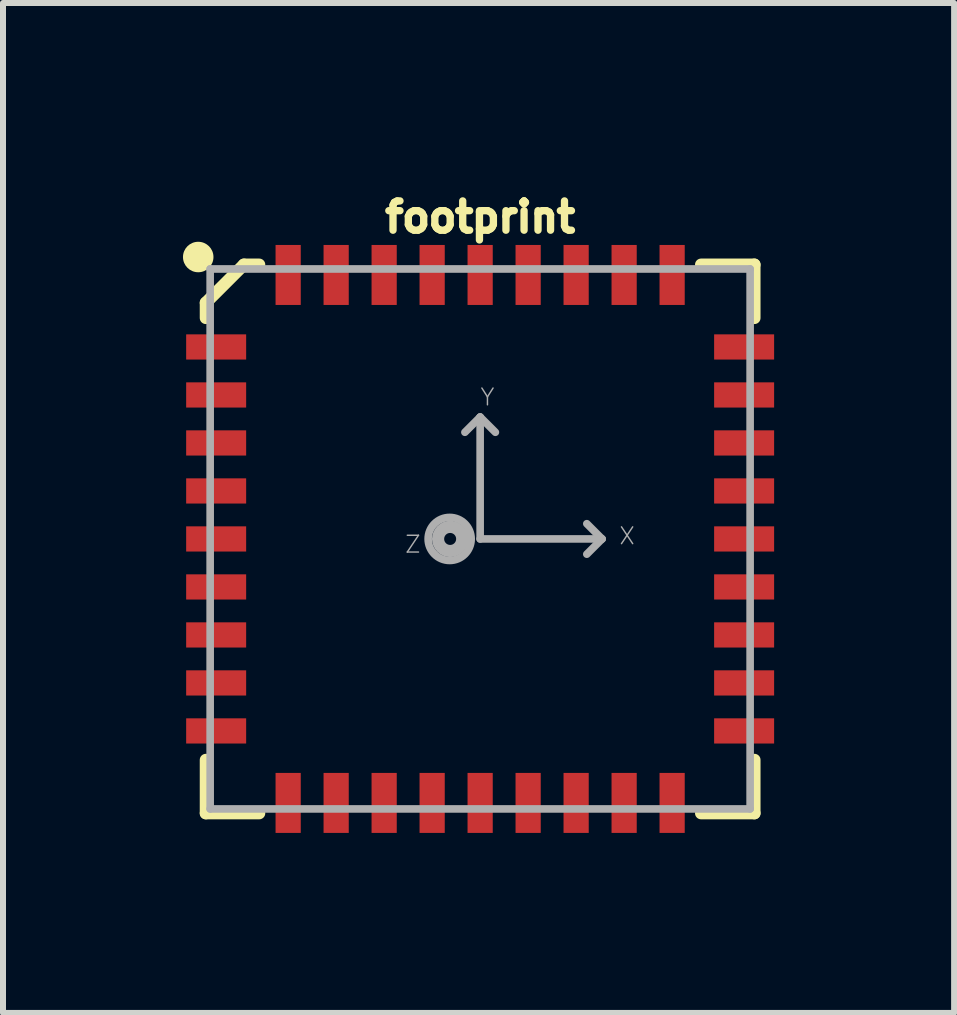
<source format=kicad_pcb>
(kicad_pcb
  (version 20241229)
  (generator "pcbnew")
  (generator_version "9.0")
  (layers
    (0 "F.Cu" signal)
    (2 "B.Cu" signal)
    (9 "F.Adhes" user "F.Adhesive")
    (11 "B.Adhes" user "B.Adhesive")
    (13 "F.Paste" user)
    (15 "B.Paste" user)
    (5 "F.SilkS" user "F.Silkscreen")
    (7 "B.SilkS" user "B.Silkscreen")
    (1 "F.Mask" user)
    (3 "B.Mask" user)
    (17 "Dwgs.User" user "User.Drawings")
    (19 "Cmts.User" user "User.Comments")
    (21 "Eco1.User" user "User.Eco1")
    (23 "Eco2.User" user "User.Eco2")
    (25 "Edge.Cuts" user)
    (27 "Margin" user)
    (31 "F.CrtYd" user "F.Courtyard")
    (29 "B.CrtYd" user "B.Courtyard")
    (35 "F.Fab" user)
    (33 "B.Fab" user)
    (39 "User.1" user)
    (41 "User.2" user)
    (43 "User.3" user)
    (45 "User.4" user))
  (footprint "footprint"
    (layer "F.Cu")
    (at 4.953 5.933)
    (property "Reference" "footprint" (at 0 -5.08 0) (layer "F.SilkS") (effects (font (size 0.488 0.488) (thickness 0.122)) (justify bottom)))
    (fp_line (start -4.572 -3.937) (end -3.937 -4.572) (stroke (width 0.203) (type solid)) (layer "F.SilkS"))
    (fp_line (start -4.572 -3.683) (end -4.572 -3.937) (stroke (width 0.203) (type solid)) (layer "F.SilkS"))
    (fp_line (start -4.572 3.683) (end -4.572 4.572) (stroke (width 0.203) (type solid)) (layer "F.SilkS"))
    (fp_line (start -4.572 4.572) (end -3.683 4.572) (stroke (width 0.203) (type solid)) (layer "F.SilkS"))
    (fp_line (start -3.937 -4.572) (end -3.683 -4.572) (stroke (width 0.203) (type solid)) (layer "F.SilkS"))
    (fp_line (start 3.683 -4.572) (end 4.572 -4.572) (stroke (width 0.203) (type solid)) (layer "F.SilkS"))
    (fp_line (start 4.572 -4.572) (end 4.572 -3.683) (stroke (width 0.203) (type solid)) (layer "F.SilkS"))
    (fp_line (start 4.572 3.683) (end 4.572 4.572) (stroke (width 0.203) (type solid)) (layer "F.SilkS"))
    (fp_line (start 4.572 4.572) (end 3.683 4.572) (stroke (width 0.203) (type solid)) (layer "F.SilkS"))
    (fp_circle (center -4.699 -4.699) (end -4.572 -4.699) (stroke (width 0.254) (type solid)) (fill yes) (layer "F.SilkS"))
    (fp_line (start -4.5 -4.5) (end -4.5 4.5) (stroke (width 0.127) (type solid)) (layer "F.Fab"))
    (fp_line (start -4.5 4.5) (end 4.5 4.5) (stroke (width 0.127) (type solid)) (layer "F.Fab"))
    (fp_line (start -0.254 -1.778) (end 0 -2.032) (stroke (width 0.127) (type solid)) (layer "F.Fab"))
    (fp_line (start 0 -2.032) (end 0.254 -1.778) (stroke (width 0.127) (type solid)) (layer "F.Fab"))
    (fp_line (start 0 0) (end 0 -2.032) (stroke (width 0.127) (type solid)) (layer "F.Fab"))
    (fp_line (start 0 0) (end 2.032 0) (stroke (width 0.127) (type solid)) (layer "F.Fab"))
    (fp_line (start 1.778 -0.254) (end 2.032 0) (stroke (width 0.127) (type solid)) (layer "F.Fab"))
    (fp_line (start 2.032 0) (end 1.778 0.254) (stroke (width 0.127) (type solid)) (layer "F.Fab"))
    (fp_line (start 4.5 -4.5) (end -4.5 -4.5) (stroke (width 0.127) (type solid)) (layer "F.Fab"))
    (fp_line (start 4.5 4.5) (end 4.5 -4.5) (stroke (width 0.127) (type solid)) (layer "F.Fab"))
    (fp_circle (center -0.508 0) (end -0.149 0) (stroke (width 0.127) (type solid)) (fill no) (layer "F.Fab"))
    (fp_circle (center -0.5 0) (end -0.4 0) (stroke (width 0.203) (type solid)) (fill no) (layer "F.Fab"))
    (fp_text user "Z" (at -1.27 0.254 0) (layer "F.Fab") (effects (font (size 0.28 0.28) (thickness 0.024)) (justify left bottom)))
    (fp_text user "Y" (at -0.014 -2.2 0) (layer "F.Fab") (effects (font (size 0.28 0.28) (thickness 0.024)) (justify left bottom)))
    (fp_text user "X" (at 2.3 0.114 0) (layer "F.Fab") (effects (font (size 0.28 0.28) (thickness 0.024)) (justify left bottom)))
    (pad "1" smd rect (at -4.4 -3.2 90) (size 0.42 1) (layers "F.Cu" "F.Mask" "F.Paste"))
    (pad "2" smd rect (at -4.4 -2.4 90) (size 0.42 1) (layers "F.Cu" "F.Mask" "F.Paste"))
    (pad "3" smd rect (at -4.4 -1.6 90) (size 0.42 1) (layers "F.Cu" "F.Mask" "F.Paste"))
    (pad "4" smd rect (at -4.4 -0.8 90) (size 0.42 1) (layers "F.Cu" "F.Mask" "F.Paste"))
    (pad "5" smd rect (at -4.4 0 90) (size 0.42 1) (layers "F.Cu" "F.Mask" "F.Paste"))
    (pad "6" smd rect (at -4.4 0.8 90) (size 0.42 1) (layers "F.Cu" "F.Mask" "F.Paste"))
    (pad "7" smd rect (at -4.4 1.6 90) (size 0.42 1) (layers "F.Cu" "F.Mask" "F.Paste"))
    (pad "8" smd rect (at -4.4 2.4 90) (size 0.42 1) (layers "F.Cu" "F.Mask" "F.Paste"))
    (pad "9" smd rect (at -4.4 3.2 90) (size 0.42 1) (layers "F.Cu" "F.Mask" "F.Paste"))
    (pad "10" smd rect (at -3.2 4.4 180) (size 0.42 1) (layers "F.Cu" "F.Mask" "F.Paste"))
    (pad "11" smd rect (at -2.4 4.4 180) (size 0.42 1) (layers "F.Cu" "F.Mask" "F.Paste"))
    (pad "12" smd rect (at -1.6 4.4 180) (size 0.42 1) (layers "F.Cu" "F.Mask" "F.Paste"))
    (pad "13" smd rect (at -0.8 4.4 180) (size 0.42 1) (layers "F.Cu" "F.Mask" "F.Paste"))
    (pad "14" smd rect (at 0 4.4 180) (size 0.42 1) (layers "F.Cu" "F.Mask" "F.Paste"))
    (pad "15" smd rect (at 0.8 4.4 180) (size 0.42 1) (layers "F.Cu" "F.Mask" "F.Paste"))
    (pad "16" smd rect (at 1.6 4.4 180) (size 0.42 1) (layers "F.Cu" "F.Mask" "F.Paste"))
    (pad "17" smd rect (at 2.4 4.4 180) (size 0.42 1) (layers "F.Cu" "F.Mask" "F.Paste"))
    (pad "18" smd rect (at 3.2 4.4 180) (size 0.42 1) (layers "F.Cu" "F.Mask" "F.Paste"))
    (pad "19" smd rect (at 4.4 3.2 270) (size 0.42 1) (layers "F.Cu" "F.Mask" "F.Paste"))
    (pad "20" smd rect (at 4.4 2.4 270) (size 0.42 1) (layers "F.Cu" "F.Mask" "F.Paste"))
    (pad "21" smd rect (at 4.4 1.6 270) (size 0.42 1) (layers "F.Cu" "F.Mask" "F.Paste"))
    (pad "22" smd rect (at 4.4 0.8 270) (size 0.42 1) (layers "F.Cu" "F.Mask" "F.Paste"))
    (pad "23" smd rect (at 4.4 0 270) (size 0.42 1) (layers "F.Cu" "F.Mask" "F.Paste"))
    (pad "24" smd rect (at 4.4 -0.8 270) (size 0.42 1) (layers "F.Cu" "F.Mask" "F.Paste"))
    (pad "25" smd rect (at 4.4 -1.6 270) (size 0.42 1) (layers "F.Cu" "F.Mask" "F.Paste"))
    (pad "26" smd rect (at 4.4 -2.4 270) (size 0.42 1) (layers "F.Cu" "F.Mask" "F.Paste"))
    (pad "27" smd rect (at 4.4 -3.2 270) (size 0.42 1) (layers "F.Cu" "F.Mask" "F.Paste"))
    (pad "28" smd rect (at 3.2 -4.4) (size 0.42 1) (layers "F.Cu" "F.Mask" "F.Paste"))
    (pad "29" smd rect (at 2.4 -4.4) (size 0.42 1) (layers "F.Cu" "F.Mask" "F.Paste"))
    (pad "30" smd rect (at 1.6 -4.4) (size 0.42 1) (layers "F.Cu" "F.Mask" "F.Paste"))
    (pad "31" smd rect (at 0.8 -4.4) (size 0.42 1) (layers "F.Cu" "F.Mask" "F.Paste"))
    (pad "32" smd rect (at 0 -4.4) (size 0.42 1) (layers "F.Cu" "F.Mask" "F.Paste"))
    (pad "33" smd rect (at -0.8 -4.4) (size 0.42 1) (layers "F.Cu" "F.Mask" "F.Paste"))
    (pad "34" smd rect (at -1.6 -4.4) (size 0.42 1) (layers "F.Cu" "F.Mask" "F.Paste"))
    (pad "35" smd rect (at -2.4 -4.4) (size 0.42 1) (layers "F.Cu" "F.Mask" "F.Paste"))
    (pad "36" smd rect (at -3.2 -4.4) (size 0.42 1) (layers "F.Cu" "F.Mask" "F.Paste")))
  (gr_rect
    (start -3 -3)
    (end 12.853 13.833)
    (stroke (width 0.1) (type default))
    (fill no)
    (layer "Edge.Cuts")))
</source>
